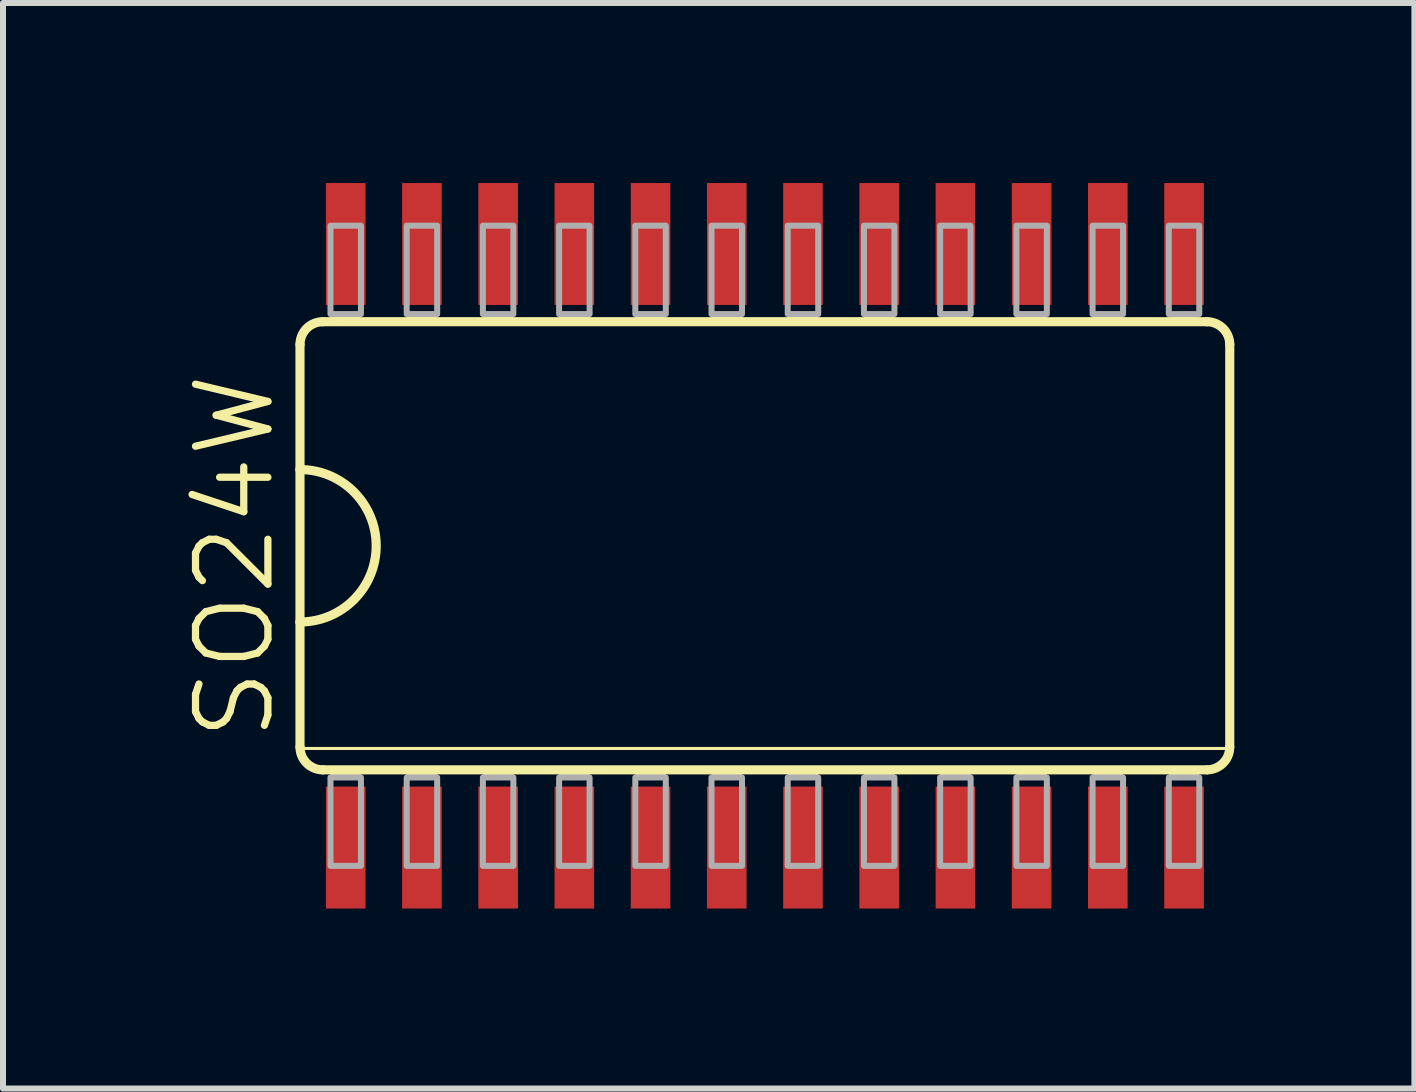
<source format=kicad_pcb>
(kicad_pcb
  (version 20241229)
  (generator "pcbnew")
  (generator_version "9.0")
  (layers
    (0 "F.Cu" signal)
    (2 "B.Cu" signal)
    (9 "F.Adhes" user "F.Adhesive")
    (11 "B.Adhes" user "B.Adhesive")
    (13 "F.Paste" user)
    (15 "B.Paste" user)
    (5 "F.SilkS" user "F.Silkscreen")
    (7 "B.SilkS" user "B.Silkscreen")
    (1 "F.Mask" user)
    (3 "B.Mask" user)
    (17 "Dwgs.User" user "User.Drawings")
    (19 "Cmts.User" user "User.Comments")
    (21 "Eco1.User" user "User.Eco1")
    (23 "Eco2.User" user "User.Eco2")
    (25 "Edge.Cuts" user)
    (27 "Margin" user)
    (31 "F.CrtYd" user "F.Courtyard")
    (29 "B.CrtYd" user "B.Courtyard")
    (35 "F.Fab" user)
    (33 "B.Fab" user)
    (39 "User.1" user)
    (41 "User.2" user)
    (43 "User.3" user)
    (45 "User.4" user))
  (footprint "SO24W"
    (layer "F.Cu")
    (at 9.696 6.045)
    (property "Reference" "SO24W" (at -8.128 3.302 90) (layer "F.SilkS") (effects (font (size 1.206 1.206) (thickness 0.121)) (justify left bottom)))
    (attr through_hole)
    (fp_line (start -7.747 -3.353) (end -7.747 -1.27) (stroke (width 0.152) (type solid)) (layer "F.SilkS"))
    (fp_line (start -7.747 -1.27) (end -7.747 1.27) (stroke (width 0.152) (type solid)) (layer "F.SilkS"))
    (fp_line (start -7.747 1.27) (end -7.747 3.353) (stroke (width 0.152) (type solid)) (layer "F.SilkS"))
    (fp_line (start -7.747 3.378) (end 7.747 3.378) (stroke (width 0.051) (type solid)) (layer "F.SilkS"))
    (fp_line (start -7.366 3.734) (end 7.366 3.734) (stroke (width 0.152) (type solid)) (layer "F.SilkS"))
    (fp_line (start 7.366 -3.734) (end -7.366 -3.734) (stroke (width 0.152) (type solid)) (layer "F.SilkS"))
    (fp_line (start 7.747 3.353) (end 7.747 -3.353) (stroke (width 0.152) (type solid)) (layer "F.SilkS"))
    (fp_arc (start -7.747 -3.3528) (mid -7.635408 -3.622208) (end -7.366 -3.7338) (stroke (width 0.1524) (type solid)) (layer "F.SilkS"))
    (fp_arc (start -7.747 -1.27) (mid -6.477 0) (end -7.747 1.27) (stroke (width 0.1524) (type solid)) (layer "F.SilkS"))
    (fp_arc (start -7.366 3.7338) (mid -7.635408 3.622208) (end -7.747 3.3528) (stroke (width 0.1524) (type solid)) (layer "F.SilkS"))
    (fp_arc (start 7.366 -3.7338) (mid 7.635408 -3.622208) (end 7.747 -3.3528) (stroke (width 0.1524) (type solid)) (layer "F.SilkS"))
    (fp_arc (start 7.747 3.3528) (mid 7.635408 3.622208) (end 7.366 3.7338) (stroke (width 0.1524) (type solid)) (layer "F.SilkS"))
    (fp_poly (pts (xy -7.239 -3.734) (xy -6.731 -3.734) (xy -6.731 -3.861) (xy -7.239 -3.861)) (stroke (width 0) (type solid)) (fill yes) (layer "F.SilkS"))
    (fp_poly (pts (xy -7.239 3.861) (xy -6.731 3.861) (xy -6.731 3.734) (xy -7.239 3.734)) (stroke (width 0) (type solid)) (fill yes) (layer "F.SilkS"))
    (fp_poly (pts (xy -5.969 -3.734) (xy -5.461 -3.734) (xy -5.461 -3.861) (xy -5.969 -3.861)) (stroke (width 0) (type solid)) (fill yes) (layer "F.SilkS"))
    (fp_poly (pts (xy -5.969 3.861) (xy -5.461 3.861) (xy -5.461 3.734) (xy -5.969 3.734)) (stroke (width 0) (type solid)) (fill yes) (layer "F.SilkS"))
    (fp_poly (pts (xy -4.699 -3.734) (xy -4.191 -3.734) (xy -4.191 -3.861) (xy -4.699 -3.861)) (stroke (width 0) (type solid)) (fill yes) (layer "F.SilkS"))
    (fp_poly (pts (xy -4.699 3.861) (xy -4.191 3.861) (xy -4.191 3.734) (xy -4.699 3.734)) (stroke (width 0) (type solid)) (fill yes) (layer "F.SilkS"))
    (fp_poly (pts (xy -3.429 -3.734) (xy -2.921 -3.734) (xy -2.921 -3.861) (xy -3.429 -3.861)) (stroke (width 0) (type solid)) (fill yes) (layer "F.SilkS"))
    (fp_poly (pts (xy -3.429 3.861) (xy -2.921 3.861) (xy -2.921 3.734) (xy -3.429 3.734)) (stroke (width 0) (type solid)) (fill yes) (layer "F.SilkS"))
    (fp_poly (pts (xy -2.159 -3.734) (xy -1.651 -3.734) (xy -1.651 -3.861) (xy -2.159 -3.861)) (stroke (width 0) (type solid)) (fill yes) (layer "F.SilkS"))
    (fp_poly (pts (xy -2.159 3.861) (xy -1.651 3.861) (xy -1.651 3.734) (xy -2.159 3.734)) (stroke (width 0) (type solid)) (fill yes) (layer "F.SilkS"))
    (fp_poly (pts (xy -0.889 -3.734) (xy -0.381 -3.734) (xy -0.381 -3.861) (xy -0.889 -3.861)) (stroke (width 0) (type solid)) (fill yes) (layer "F.SilkS"))
    (fp_poly (pts (xy -0.889 3.861) (xy -0.381 3.861) (xy -0.381 3.734) (xy -0.889 3.734)) (stroke (width 0) (type solid)) (fill yes) (layer "F.SilkS"))
    (fp_poly (pts (xy 0.381 -3.734) (xy 0.889 -3.734) (xy 0.889 -3.861) (xy 0.381 -3.861)) (stroke (width 0) (type solid)) (fill yes) (layer "F.SilkS"))
    (fp_poly (pts (xy 0.381 3.861) (xy 0.889 3.861) (xy 0.889 3.734) (xy 0.381 3.734)) (stroke (width 0) (type solid)) (fill yes) (layer "F.SilkS"))
    (fp_poly (pts (xy 1.651 -3.734) (xy 2.159 -3.734) (xy 2.159 -3.861) (xy 1.651 -3.861)) (stroke (width 0) (type solid)) (fill yes) (layer "F.SilkS"))
    (fp_poly (pts (xy 1.651 3.861) (xy 2.159 3.861) (xy 2.159 3.734) (xy 1.651 3.734)) (stroke (width 0) (type solid)) (fill yes) (layer "F.SilkS"))
    (fp_poly (pts (xy 2.921 -3.734) (xy 3.429 -3.734) (xy 3.429 -3.861) (xy 2.921 -3.861)) (stroke (width 0) (type solid)) (fill yes) (layer "F.SilkS"))
    (fp_poly (pts (xy 2.921 3.861) (xy 3.429 3.861) (xy 3.429 3.734) (xy 2.921 3.734)) (stroke (width 0) (type solid)) (fill yes) (layer "F.SilkS"))
    (fp_poly (pts (xy 4.191 -3.734) (xy 4.699 -3.734) (xy 4.699 -3.861) (xy 4.191 -3.861)) (stroke (width 0) (type solid)) (fill yes) (layer "F.SilkS"))
    (fp_poly (pts (xy 4.191 3.861) (xy 4.699 3.861) (xy 4.699 3.734) (xy 4.191 3.734)) (stroke (width 0) (type solid)) (fill yes) (layer "F.SilkS"))
    (fp_poly (pts (xy 5.461 -3.734) (xy 5.969 -3.734) (xy 5.969 -3.861) (xy 5.461 -3.861)) (stroke (width 0) (type solid)) (fill yes) (layer "F.SilkS"))
    (fp_poly (pts (xy 5.461 3.861) (xy 5.969 3.861) (xy 5.969 3.734) (xy 5.461 3.734)) (stroke (width 0) (type solid)) (fill yes) (layer "F.SilkS"))
    (fp_poly (pts (xy 6.731 -3.734) (xy 7.239 -3.734) (xy 7.239 -3.861) (xy 6.731 -3.861)) (stroke (width 0) (type solid)) (fill yes) (layer "F.SilkS"))
    (fp_poly (pts (xy 6.731 3.861) (xy 7.239 3.861) (xy 7.239 3.734) (xy 6.731 3.734)) (stroke (width 0) (type solid)) (fill yes) (layer "F.SilkS"))
    (fp_poly (pts (xy -7.239 -3.861) (xy -6.731 -3.861) (xy -6.731 -5.334) (xy -7.239 -5.334)) (stroke (width 0.1) (type solid)) (fill no) (layer "F.Fab"))
    (fp_poly (pts (xy -7.239 5.334) (xy -6.731 5.334) (xy -6.731 3.861) (xy -7.239 3.861)) (stroke (width 0.1) (type solid)) (fill no) (layer "F.Fab"))
    (fp_poly (pts (xy -5.969 -3.861) (xy -5.461 -3.861) (xy -5.461 -5.334) (xy -5.969 -5.334)) (stroke (width 0.1) (type solid)) (fill no) (layer "F.Fab"))
    (fp_poly (pts (xy -5.969 5.334) (xy -5.461 5.334) (xy -5.461 3.861) (xy -5.969 3.861)) (stroke (width 0.1) (type solid)) (fill no) (layer "F.Fab"))
    (fp_poly (pts (xy -4.699 -3.861) (xy -4.191 -3.861) (xy -4.191 -5.334) (xy -4.699 -5.334)) (stroke (width 0.1) (type solid)) (fill no) (layer "F.Fab"))
    (fp_poly (pts (xy -4.699 5.334) (xy -4.191 5.334) (xy -4.191 3.861) (xy -4.699 3.861)) (stroke (width 0.1) (type solid)) (fill no) (layer "F.Fab"))
    (fp_poly (pts (xy -3.429 -3.861) (xy -2.921 -3.861) (xy -2.921 -5.334) (xy -3.429 -5.334)) (stroke (width 0.1) (type solid)) (fill no) (layer "F.Fab"))
    (fp_poly (pts (xy -3.429 5.334) (xy -2.921 5.334) (xy -2.921 3.861) (xy -3.429 3.861)) (stroke (width 0.1) (type solid)) (fill no) (layer "F.Fab"))
    (fp_poly (pts (xy -2.159 -3.861) (xy -1.651 -3.861) (xy -1.651 -5.334) (xy -2.159 -5.334)) (stroke (width 0.1) (type solid)) (fill no) (layer "F.Fab"))
    (fp_poly (pts (xy -2.159 5.334) (xy -1.651 5.334) (xy -1.651 3.861) (xy -2.159 3.861)) (stroke (width 0.1) (type solid)) (fill no) (layer "F.Fab"))
    (fp_poly (pts (xy -0.889 -3.861) (xy -0.381 -3.861) (xy -0.381 -5.334) (xy -0.889 -5.334)) (stroke (width 0.1) (type solid)) (fill no) (layer "F.Fab"))
    (fp_poly (pts (xy -0.889 5.334) (xy -0.381 5.334) (xy -0.381 3.861) (xy -0.889 3.861)) (stroke (width 0.1) (type solid)) (fill no) (layer "F.Fab"))
    (fp_poly (pts (xy 0.381 -3.861) (xy 0.889 -3.861) (xy 0.889 -5.334) (xy 0.381 -5.334)) (stroke (width 0.1) (type solid)) (fill no) (layer "F.Fab"))
    (fp_poly (pts (xy 0.381 5.334) (xy 0.889 5.334) (xy 0.889 3.861) (xy 0.381 3.861)) (stroke (width 0.1) (type solid)) (fill no) (layer "F.Fab"))
    (fp_poly (pts (xy 1.651 -3.861) (xy 2.159 -3.861) (xy 2.159 -5.334) (xy 1.651 -5.334)) (stroke (width 0.1) (type solid)) (fill no) (layer "F.Fab"))
    (fp_poly (pts (xy 1.651 5.334) (xy 2.159 5.334) (xy 2.159 3.861) (xy 1.651 3.861)) (stroke (width 0.1) (type solid)) (fill no) (layer "F.Fab"))
    (fp_poly (pts (xy 2.921 -3.861) (xy 3.429 -3.861) (xy 3.429 -5.334) (xy 2.921 -5.334)) (stroke (width 0.1) (type solid)) (fill no) (layer "F.Fab"))
    (fp_poly (pts (xy 2.921 5.334) (xy 3.429 5.334) (xy 3.429 3.861) (xy 2.921 3.861)) (stroke (width 0.1) (type solid)) (fill no) (layer "F.Fab"))
    (fp_poly (pts (xy 4.191 -3.861) (xy 4.699 -3.861) (xy 4.699 -5.334) (xy 4.191 -5.334)) (stroke (width 0.1) (type solid)) (fill no) (layer "F.Fab"))
    (fp_poly (pts (xy 4.191 5.334) (xy 4.699 5.334) (xy 4.699 3.861) (xy 4.191 3.861)) (stroke (width 0.1) (type solid)) (fill no) (layer "F.Fab"))
    (fp_poly (pts (xy 5.461 -3.861) (xy 5.969 -3.861) (xy 5.969 -5.334) (xy 5.461 -5.334)) (stroke (width 0.1) (type solid)) (fill no) (layer "F.Fab"))
    (fp_poly (pts (xy 5.461 5.334) (xy 5.969 5.334) (xy 5.969 3.861) (xy 5.461 3.861)) (stroke (width 0.1) (type solid)) (fill no) (layer "F.Fab"))
    (fp_poly (pts (xy 6.731 -3.861) (xy 7.239 -3.861) (xy 7.239 -5.334) (xy 6.731 -5.334)) (stroke (width 0.1) (type solid)) (fill no) (layer "F.Fab"))
    (fp_poly (pts (xy 6.731 5.334) (xy 7.239 5.334) (xy 7.239 3.861) (xy 6.731 3.861)) (stroke (width 0.1) (type solid)) (fill no) (layer "F.Fab"))
    (pad "1" smd rect (at -6.985 5.029) (size 0.66 2.032) (layers "F.Cu" "F.Mask" "F.Paste"))
    (pad "2" smd rect (at -5.715 5.029) (size 0.66 2.032) (layers "F.Cu" "F.Mask" "F.Paste"))
    (pad "3" smd rect (at -4.445 5.029) (size 0.66 2.032) (layers "F.Cu" "F.Mask" "F.Paste"))
    (pad "4" smd rect (at -3.175 5.029) (size 0.66 2.032) (layers "F.Cu" "F.Mask" "F.Paste"))
    (pad "5" smd rect (at -1.905 5.029) (size 0.66 2.032) (layers "F.Cu" "F.Mask" "F.Paste"))
    (pad "6" smd rect (at -0.635 5.029) (size 0.66 2.032) (layers "F.Cu" "F.Mask" "F.Paste"))
    (pad "7" smd rect (at 0.635 5.029) (size 0.66 2.032) (layers "F.Cu" "F.Mask" "F.Paste"))
    (pad "8" smd rect (at 1.905 5.029) (size 0.66 2.032) (layers "F.Cu" "F.Mask" "F.Paste"))
    (pad "9" smd rect (at 3.175 5.029) (size 0.66 2.032) (layers "F.Cu" "F.Mask" "F.Paste"))
    (pad "10" smd rect (at 4.445 5.029) (size 0.66 2.032) (layers "F.Cu" "F.Mask" "F.Paste"))
    (pad "11" smd rect (at 5.715 5.029) (size 0.66 2.032) (layers "F.Cu" "F.Mask" "F.Paste"))
    (pad "12" smd rect (at 6.985 5.029) (size 0.66 2.032) (layers "F.Cu" "F.Mask" "F.Paste"))
    (pad "13" smd rect (at 6.985 -5.029) (size 0.66 2.032) (layers "F.Cu" "F.Mask" "F.Paste"))
    (pad "14" smd rect (at 5.715 -5.029) (size 0.66 2.032) (layers "F.Cu" "F.Mask" "F.Paste"))
    (pad "15" smd rect (at 4.445 -5.029) (size 0.66 2.032) (layers "F.Cu" "F.Mask" "F.Paste"))
    (pad "16" smd rect (at 3.175 -5.029) (size 0.66 2.032) (layers "F.Cu" "F.Mask" "F.Paste"))
    (pad "17" smd rect (at 1.905 -5.029) (size 0.66 2.032) (layers "F.Cu" "F.Mask" "F.Paste"))
    (pad "18" smd rect (at 0.635 -5.029) (size 0.66 2.032) (layers "F.Cu" "F.Mask" "F.Paste"))
    (pad "19" smd rect (at -0.635 -5.029) (size 0.66 2.032) (layers "F.Cu" "F.Mask" "F.Paste"))
    (pad "20" smd rect (at -1.905 -5.029) (size 0.66 2.032) (layers "F.Cu" "F.Mask" "F.Paste"))
    (pad "21" smd rect (at -3.175 -5.029) (size 0.66 2.032) (layers "F.Cu" "F.Mask" "F.Paste"))
    (pad "22" smd rect (at -4.445 -5.029) (size 0.66 2.032) (layers "F.Cu" "F.Mask" "F.Paste"))
    (pad "23" smd rect (at -5.715 -5.029) (size 0.66 2.032) (layers "F.Cu" "F.Mask" "F.Paste"))
    (pad "24" smd rect (at -6.985 -5.029) (size 0.66 2.032) (layers "F.Cu" "F.Mask" "F.Paste")))
  (gr_rect
    (start -3 -3)
    (end 20.52 15.09)
    (stroke (width 0.1) (type default))
    (fill no)
    (layer "Edge.Cuts")))
</source>
